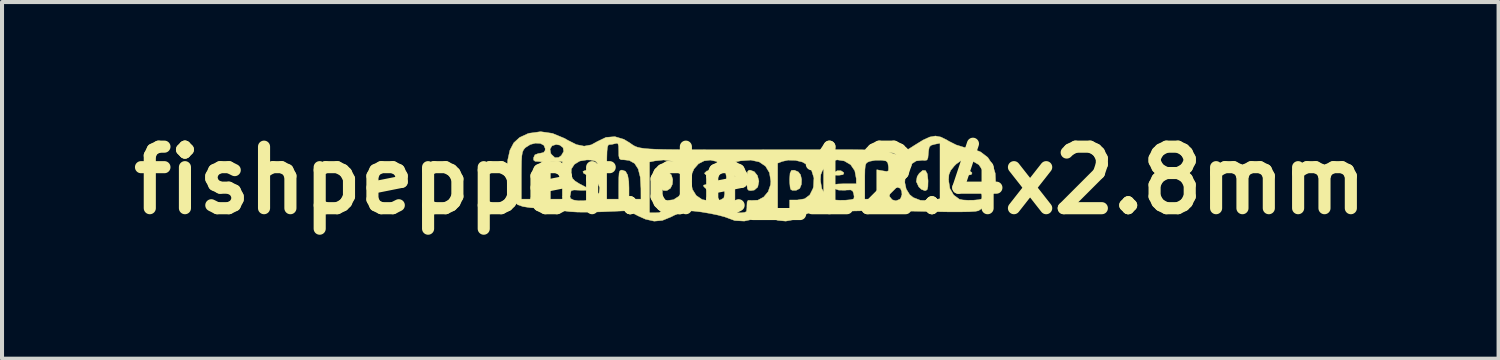
<source format=kicad_pcb>
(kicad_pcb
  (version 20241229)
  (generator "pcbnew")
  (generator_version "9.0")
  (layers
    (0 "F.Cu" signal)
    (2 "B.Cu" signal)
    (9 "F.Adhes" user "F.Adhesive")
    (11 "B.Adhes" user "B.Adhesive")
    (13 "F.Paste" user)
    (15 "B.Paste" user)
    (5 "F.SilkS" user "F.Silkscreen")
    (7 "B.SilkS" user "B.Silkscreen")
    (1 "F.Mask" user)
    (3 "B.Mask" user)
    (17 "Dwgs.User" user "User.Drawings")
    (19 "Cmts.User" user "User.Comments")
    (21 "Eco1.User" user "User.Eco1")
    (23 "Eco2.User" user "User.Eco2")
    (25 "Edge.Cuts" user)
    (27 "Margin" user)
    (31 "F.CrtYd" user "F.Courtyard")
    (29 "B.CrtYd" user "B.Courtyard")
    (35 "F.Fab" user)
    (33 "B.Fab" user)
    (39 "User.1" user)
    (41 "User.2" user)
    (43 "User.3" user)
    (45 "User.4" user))
  (footprint "fishpepper.de_12.4x2.8mm"
    (layer "F.Cu")
    (at 15.538 1.418)
    (property "Reference" "fishpepper.de_12.4x2.8mm" (at 0 0 0) (layer "F.SilkS") (effects (font (size 1.524 1.524) (thickness 0.3))))
    (attr through_hole)
    (fp_poly (pts (xy -0.905 -0.207) (xy -0.891 -0.193) (xy -0.866 -0.15) (xy -0.897 -0.131) (xy -0.993 -0.127) (xy -1.103 -0.138) (xy -1.134 -0.173) (xy -1.133 -0.18) (xy -1.078 -0.233) (xy -0.989 -0.242) (xy -0.905 -0.207)) (stroke (width 0.01) (type solid)) (fill yes) (layer "F.SilkS"))
    (fp_poly (pts (xy 2.311 -0.195) (xy 2.318 -0.18) (xy 2.297 -0.142) (xy 2.198 -0.127) (xy 2.179 -0.127) (xy 2.08 -0.131) (xy 2.051 -0.151) (xy 2.076 -0.193) (xy 2.154 -0.239) (xy 2.245 -0.239) (xy 2.311 -0.195)) (stroke (width 0.01) (type solid)) (fill yes) (layer "F.SilkS"))
    (fp_poly (pts (xy 5.486 -0.195) (xy 5.493 -0.18) (xy 5.472 -0.142) (xy 5.373 -0.127) (xy 5.354 -0.127) (xy 5.255 -0.131) (xy 5.226 -0.151) (xy 5.251 -0.193) (xy 5.329 -0.239) (xy 5.42 -0.239) (xy 5.486 -0.195)) (stroke (width 0.01) (type solid)) (fill yes) (layer "F.SilkS"))
    (fp_poly (pts (xy 4.339 -0.243) (xy 4.384 -0.162) (xy 4.402 -0.008) (xy 4.403 0.02) (xy 4.399 0.155) (xy 4.383 0.226) (xy 4.348 0.252) (xy 4.32 0.254) (xy 4.236 0.222) (xy 4.172 0.16) (xy 4.112 0.029) (xy 4.133 -0.093) (xy 4.184 -0.172) (xy 4.271 -0.247) (xy 4.339 -0.243)) (stroke (width 0.01) (type solid)) (fill yes) (layer "F.SilkS"))
    (fp_poly (pts (xy 0.097 -0.216) (xy 0.176 -0.119) (xy 0.211 0.013) (xy 0.212 0.027) (xy 0.184 0.165) (xy 0.1 0.24) (xy 0.013 0.254) (xy -0.041 0.247) (xy -0.071 0.214) (xy -0.082 0.135) (xy -0.085 0) (xy -0.081 -0.143) (xy -0.067 -0.22) (xy -0.036 -0.25) (xy -0.007 -0.254) (xy 0.097 -0.216)) (stroke (width 0.01) (type solid)) (fill yes) (layer "F.SilkS"))
    (fp_poly (pts (xy 1.188 -0.21) (xy 1.244 -0.139) (xy 1.27 -0.024) (xy 1.265 0.1) (xy 1.226 0.195) (xy 1.219 0.203) (xy 1.134 0.248) (xy 1.04 0.247) (xy 1.002 0.226) (xy 0.986 0.171) (xy 0.976 0.06) (xy 0.974 -0.028) (xy 0.984 -0.175) (xy 1.019 -0.247) (xy 1.091 -0.252) (xy 1.188 -0.21)) (stroke (width 0.01) (type solid)) (fill yes) (layer "F.SilkS"))
    (fp_poly (pts (xy -2.039 -0.215) (xy -2.034 -0.213) (xy -1.955 -0.133) (xy -1.922 -0.021) (xy -1.931 0.097) (xy -1.979 0.196) (xy -2.062 0.25) (xy -2.094 0.254) (xy -2.154 0.249) (xy -2.186 0.22) (xy -2.199 0.147) (xy -2.201 0.011) (xy -2.201 0) (xy -2.196 -0.152) (xy -2.172 -0.232) (xy -2.123 -0.249) (xy -2.039 -0.215)) (stroke (width 0.01) (type solid)) (fill yes) (layer "F.SilkS"))
    (fp_poly (pts (xy -4.9 -1.163) (xy -4.602 -1.04) (xy -4.523 -0.994) (xy -4.306 -0.885) (xy -4.117 -0.847) (xy -3.94 -0.88) (xy -3.788 -0.963) (xy -3.575 -1.065) (xy -3.356 -1.083) (xy -3.133 -1.017) (xy -2.991 -0.931) (xy -2.943 -0.897) (xy -2.899 -0.867) (xy -2.852 -0.842) (xy -2.796 -0.821) (xy -2.724 -0.804) (xy -2.63 -0.79) (xy -2.507 -0.779) (xy -2.348 -0.771) (xy -2.148 -0.765) (xy -1.899 -0.762) (xy -1.596 -0.759) (xy -1.231 -0.758) (xy -0.798 -0.757) (xy -0.291 -0.757) (xy 0.042 -0.757) (xy 0.389 -0.758) (xy 0.719 -0.758) (xy 1.021 -0.758) (xy 1.282 -0.758) (xy 1.489 -0.759) (xy 1.631 -0.759) (xy 1.672 -0.759) (xy 2.118 -0.761) (xy 2.487 -0.76) (xy 2.785 -0.756) (xy 3.021 -0.749) (xy 3.2 -0.739) (xy 3.33 -0.725) (xy 3.419 -0.706) (xy 3.451 -0.695) (xy 3.563 -0.655) (xy 3.648 -0.635) (xy 3.656 -0.635) (xy 3.715 -0.657) (xy 3.826 -0.717) (xy 3.97 -0.805) (xy 4.068 -0.868) (xy 4.279 -0.998) (xy 4.445 -1.074) (xy 4.586 -1.099) (xy 4.721 -1.073) (xy 4.867 -1.001) (xy 4.913 -0.972) (xy 5.102 -0.877) (xy 5.31 -0.813) (xy 5.347 -0.806) (xy 5.505 -0.772) (xy 5.649 -0.727) (xy 5.708 -0.702) (xy 5.883 -0.568) (xy 6.002 -0.387) (xy 6.067 -0.175) (xy 6.078 0.052) (xy 6.036 0.277) (xy 5.941 0.484) (xy 5.794 0.656) (xy 5.652 0.752) (xy 5.576 0.767) (xy 5.42 0.777) (xy 5.189 0.781) (xy 4.886 0.78) (xy 4.593 0.775) (xy 4.105 0.764) (xy 3.689 0.757) (xy 3.336 0.753) (xy 3.034 0.752) (xy 2.771 0.754) (xy 2.536 0.759) (xy 2.349 0.765) (xy 2.147 0.77) (xy 1.948 0.77) (xy 1.788 0.766) (xy 1.757 0.764) (xy 1.617 0.764) (xy 1.489 0.791) (xy 1.337 0.855) (xy 1.282 0.882) (xy 1.065 0.975) (xy 0.877 1.01) (xy 0.686 0.991) (xy 0.535 0.948) (xy 0.407 0.91) (xy 0.309 0.902) (xy 0.197 0.926) (xy 0.128 0.948) (xy -0.149 1.009) (xy -0.385 0.996) (xy -0.516 0.948) (xy -0.632 0.905) (xy -0.801 0.86) (xy -1 0.819) (xy -1.207 0.784) (xy -1.399 0.761) (xy -1.553 0.752) (xy -1.641 0.76) (xy -1.745 0.8) (xy -1.884 0.864) (xy -1.964 0.905) (xy -2.177 0.992) (xy -2.381 1.011) (xy -2.597 0.962) (xy -2.773 0.883) (xy -3.027 0.751) (xy -3.683 0.779) (xy -4.003 0.788) (xy -4.274 0.786) (xy -4.481 0.774) (xy -4.572 0.761) (xy -4.723 0.737) (xy -4.923 0.715) (xy -5.137 0.698) (xy -5.207 0.694) (xy -5.453 0.676) (xy -5.631 0.649) (xy -5.757 0.606) (xy -5.846 0.541) (xy -5.915 0.448) (xy -5.938 0.407) (xy -5.982 0.308) (xy -6.009 0.201) (xy -6.023 0.062) (xy -6.028 -0.119) (xy -5.673 -0.119) (xy -5.673 0.466) (xy -5.376 0.466) (xy -5.376 -0.212) (xy -5.228 -0.212) (xy -5.129 -0.219) (xy -5.088 -0.255) (xy -5.08 -0.339) (xy -5.088 -0.423) (xy -5.129 -0.459) (xy -5.229 -0.466) (xy -5.231 -0.466) (xy -4.953 -0.466) (xy -4.953 0.466) (xy -4.657 0.466) (xy -4.657 0.395) (xy -4.469 0.395) (xy -4.455 0.45) (xy -4.38 0.487) (xy -4.262 0.506) (xy -4.125 0.505) (xy -3.989 0.485) (xy -3.874 0.444) (xy -3.837 0.42) (xy -3.746 0.307) (xy -3.731 0.18) (xy -3.785 0.053) (xy -3.903 -0.058) (xy -4.032 -0.123) (xy -4.13 -0.176) (xy -4.144 -0.212) (xy -3.556 -0.212) (xy -3.556 0.466) (xy -3.26 0.466) (xy -3.26 0.106) (xy -3.258 -0.069) (xy -3.251 -0.176) (xy -3.234 -0.232) (xy -3.203 -0.252) (xy -3.176 -0.254) (xy -3.093 -0.225) (xy -3.039 -0.132) (xy -3.011 0.03) (xy -3.006 0.188) (xy -3.006 0.466) (xy -2.709 0.466) (xy -2.71 0.201) (xy -2.726 -0.078) (xy -2.778 -0.283) (xy -2.867 -0.42) (xy -2.93 -0.455) (xy -2.498 -0.455) (xy -2.498 0.804) (xy -2.349 0.804) (xy -2.253 0.799) (xy -2.211 0.765) (xy -2.201 0.678) (xy -2.201 0.643) (xy -2.197 0.539) (xy -2.169 0.497) (xy -2.095 0.495) (xy -2.061 0.499) (xy -1.903 0.48) (xy -1.771 0.395) (xy -1.676 0.259) (xy -1.625 0.091) (xy -1.626 0.033) (xy -1.471 0.033) (xy -1.435 0.223) (xy -1.34 0.376) (xy -1.194 0.475) (xy -1.185 0.478) (xy -1.074 0.498) (xy -0.925 0.503) (xy -0.781 0.492) (xy -0.73 0.481) (xy -0.656 0.435) (xy -0.635 0.336) (xy -0.635 0.336) (xy -0.639 0.264) (xy -0.666 0.232) (xy -0.739 0.229) (xy -0.839 0.24) (xy -0.977 0.248) (xy -1.065 0.228) (xy -1.122 0.185) (xy -1.159 0.144) (xy -1.158 0.119) (xy -1.107 0.106) (xy -0.992 0.098) (xy -0.897 0.093) (xy -0.593 0.081) (xy -0.593 -0.09) (xy -0.626 -0.263) (xy -0.715 -0.39) (xy -0.818 -0.455) (xy -0.381 -0.455) (xy -0.381 0.804) (xy -0.233 0.804) (xy -0.137 0.799) (xy -0.095 0.766) (xy -0.085 0.681) (xy -0.085 0.641) (xy -0.08 0.536) (xy -0.055 0.494) (xy 0.007 0.495) (xy 0.021 0.498) (xy 0.187 0.491) (xy 0.332 0.413) (xy 0.442 0.281) (xy 0.502 0.107) (xy 0.508 0.023) (xy 0.474 -0.19) (xy 0.376 -0.352) (xy 0.268 -0.425) (xy 0.677 -0.425) (xy 0.677 0.804) (xy 0.826 0.804) (xy 0.922 0.799) (xy 0.964 0.764) (xy 0.974 0.677) (xy 0.974 0.646) (xy 0.974 0.487) (xy 1.163 0.487) (xy 1.345 0.457) (xy 1.472 0.363) (xy 1.553 0.202) (xy 1.565 0.152) (xy 1.573 -0.003) (xy 1.736 -0.003) (xy 1.769 0.201) (xy 1.863 0.364) (xy 2.006 0.469) (xy 2.09 0.486) (xy 2.218 0.493) (xy 2.358 0.491) (xy 2.481 0.48) (xy 2.556 0.462) (xy 2.563 0.457) (xy 2.572 0.403) (xy 2.56 0.328) (xy 2.536 0.264) (xy 2.489 0.237) (xy 2.393 0.239) (xy 2.347 0.244) (xy 2.192 0.242) (xy 2.082 0.204) (xy 2.033 0.135) (xy 2.032 0.122) (xy 2.071 0.104) (xy 2.173 0.09) (xy 2.317 0.085) (xy 2.328 0.085) (xy 2.625 0.085) (xy 2.625 0.02) (xy 2.836 0.02) (xy 2.836 0.466) (xy 3.133 0.466) (xy 3.133 0.288) (xy 3.436 0.288) (xy 3.451 0.403) (xy 3.515 0.481) (xy 3.606 0.507) (xy 3.699 0.471) (xy 3.725 0.445) (xy 3.757 0.352) (xy 3.75 0.273) (xy 3.717 0.198) (xy 3.653 0.174) (xy 3.586 0.177) (xy 3.485 0.203) (xy 3.441 0.264) (xy 3.436 0.288) (xy 3.133 0.288) (xy 3.133 0.053) (xy 3.827 0.053) (xy 3.862 0.215) (xy 3.948 0.354) (xy 4.035 0.425) (xy 4.212 0.494) (xy 4.426 0.503) (xy 4.567 0.482) (xy 4.699 0.455) (xy 4.699 -0.003) (xy 4.911 -0.003) (xy 4.944 0.201) (xy 5.038 0.364) (xy 5.181 0.469) (xy 5.265 0.486) (xy 5.393 0.493) (xy 5.533 0.491) (xy 5.656 0.48) (xy 5.731 0.462) (xy 5.738 0.457) (xy 5.747 0.403) (xy 5.735 0.328) (xy 5.711 0.264) (xy 5.664 0.237) (xy 5.568 0.239) (xy 5.522 0.244) (xy 5.367 0.242) (xy 5.257 0.204) (xy 5.208 0.135) (xy 5.207 0.122) (xy 5.246 0.104) (xy 5.348 0.09) (xy 5.492 0.085) (xy 5.503 0.085) (xy 5.8 0.085) (xy 5.8 -0.04) (xy 5.763 -0.238) (xy 5.661 -0.388) (xy 5.503 -0.481) (xy 5.331 -0.508) (xy 5.215 -0.485) (xy 5.101 -0.405) (xy 5.053 -0.357) (xy 4.962 -0.245) (xy 4.92 -0.14) (xy 4.911 -0.003) (xy 4.699 -0.003) (xy 4.699 -0.921) (xy 4.561 -0.893) (xy 4.476 -0.868) (xy 4.433 -0.823) (xy 4.416 -0.73) (xy 4.411 -0.674) (xy 4.4 -0.557) (xy 4.376 -0.504) (xy 4.321 -0.493) (xy 4.263 -0.499) (xy 4.108 -0.481) (xy 3.983 -0.399) (xy 3.892 -0.272) (xy 3.839 -0.115) (xy 3.827 0.053) (xy 3.133 0.053) (xy 3.133 -0.263) (xy 3.284 -0.235) (xy 3.383 -0.22) (xy 3.422 -0.24) (xy 3.424 -0.314) (xy 3.421 -0.347) (xy 3.405 -0.437) (xy 3.364 -0.48) (xy 3.27 -0.497) (xy 3.236 -0.499) (xy 3.094 -0.497) (xy 2.967 -0.474) (xy 2.95 -0.469) (xy 2.9 -0.447) (xy 2.867 -0.417) (xy 2.848 -0.361) (xy 2.839 -0.265) (xy 2.836 -0.11) (xy 2.836 0.02) (xy 2.625 0.02) (xy 2.625 -0.04) (xy 2.588 -0.238) (xy 2.486 -0.388) (xy 2.328 -0.481) (xy 2.156 -0.508) (xy 2.04 -0.485) (xy 1.926 -0.405) (xy 1.878 -0.357) (xy 1.787 -0.245) (xy 1.745 -0.14) (xy 1.736 -0.003) (xy 1.573 -0.003) (xy 1.576 -0.059) (xy 1.516 -0.252) (xy 1.42 -0.38) (xy 1.291 -0.454) (xy 1.118 -0.496) (xy 0.935 -0.501) (xy 0.794 -0.47) (xy 0.677 -0.425) (xy 0.268 -0.425) (xy 0.221 -0.457) (xy 0.014 -0.502) (xy -0.238 -0.484) (xy -0.249 -0.482) (xy -0.381 -0.455) (xy -0.818 -0.455) (xy -0.842 -0.47) (xy -0.991 -0.502) (xy -1.144 -0.483) (xy -1.284 -0.411) (xy -1.395 -0.285) (xy -1.443 -0.175) (xy -1.471 0.033) (xy -1.626 0.033) (xy -1.628 -0.095) (xy -1.665 -0.223) (xy -1.772 -0.38) (xy -1.935 -0.475) (xy -2.149 -0.505) (xy -2.365 -0.482) (xy -2.498 -0.455) (xy -2.93 -0.455) (xy -2.997 -0.493) (xy -3.121 -0.508) (xy -3.202 -0.512) (xy -3.243 -0.537) (xy -3.258 -0.606) (xy -3.26 -0.724) (xy -3.264 -0.851) (xy -3.28 -0.91) (xy -3.315 -0.919) (xy -3.327 -0.915) (xy -3.428 -0.892) (xy -3.475 -0.889) (xy -3.505 -0.884) (xy -3.527 -0.862) (xy -3.541 -0.81) (xy -3.55 -0.717) (xy -3.554 -0.569) (xy -3.556 -0.356) (xy -3.556 -0.212) (xy -4.144 -0.212) (xy -4.147 -0.221) (xy -4.09 -0.246) (xy -3.983 -0.243) (xy -3.874 -0.234) (xy -3.82 -0.255) (xy -3.792 -0.319) (xy -3.79 -0.329) (xy -3.786 -0.423) (xy -3.839 -0.479) (xy -3.959 -0.504) (xy -4.048 -0.507) (xy -4.226 -0.478) (xy -4.358 -0.398) (xy -4.433 -0.282) (xy -4.44 -0.141) (xy -4.405 -0.047) (xy -4.343 0.016) (xy -4.236 0.084) (xy -4.194 0.105) (xy -4.07 0.171) (xy -4.028 0.219) (xy -4.068 0.245) (xy -4.189 0.248) (xy -4.233 0.244) (xy -4.369 0.238) (xy -4.434 0.255) (xy -4.445 0.278) (xy -4.46 0.365) (xy -4.469 0.395) (xy -4.657 0.395) (xy -4.657 -0.466) (xy -4.953 -0.466) (xy -5.231 -0.466) (xy -5.331 -0.472) (xy -5.369 -0.503) (xy -5.369 -0.561) (xy -5.336 -0.633) (xy -5.251 -0.665) (xy -5.218 -0.669) (xy -5.121 -0.69) (xy -5.084 -0.74) (xy -5.081 -0.775) (xy -4.962 -0.775) (xy -4.945 -0.671) (xy -4.927 -0.642) (xy -4.84 -0.562) (xy -4.747 -0.567) (xy -4.681 -0.617) (xy -4.623 -0.718) (xy -4.639 -0.81) (xy -4.719 -0.873) (xy -4.812 -0.889) (xy -4.913 -0.856) (xy -4.962 -0.775) (xy -5.081 -0.775) (xy -5.08 -0.783) (xy -5.114 -0.869) (xy -5.201 -0.915) (xy -5.321 -0.922) (xy -5.45 -0.889) (xy -5.567 -0.815) (xy -5.59 -0.793) (xy -5.623 -0.749) (xy -5.646 -0.691) (xy -5.661 -0.603) (xy -5.669 -0.472) (xy -5.672 -0.281) (xy -5.673 -0.119) (xy -6.028 -0.119) (xy -6.028 -0.132) (xy -6.028 -0.191) (xy -6.01 -0.503) (xy -5.956 -0.746) (xy -5.86 -0.93) (xy -5.716 -1.062) (xy -5.519 -1.154) (xy -5.475 -1.168) (xy -5.194 -1.206) (xy -4.9 -1.163)) (stroke (width 0.01) (type solid)) (fill yes) (layer "F.SilkS")))
  (gr_rect
    (start -3 -3)
    (end 34.075 5.836)
    (stroke (width 0.1) (type default))
    (fill no)
    (layer "Edge.Cuts")))
</source>
